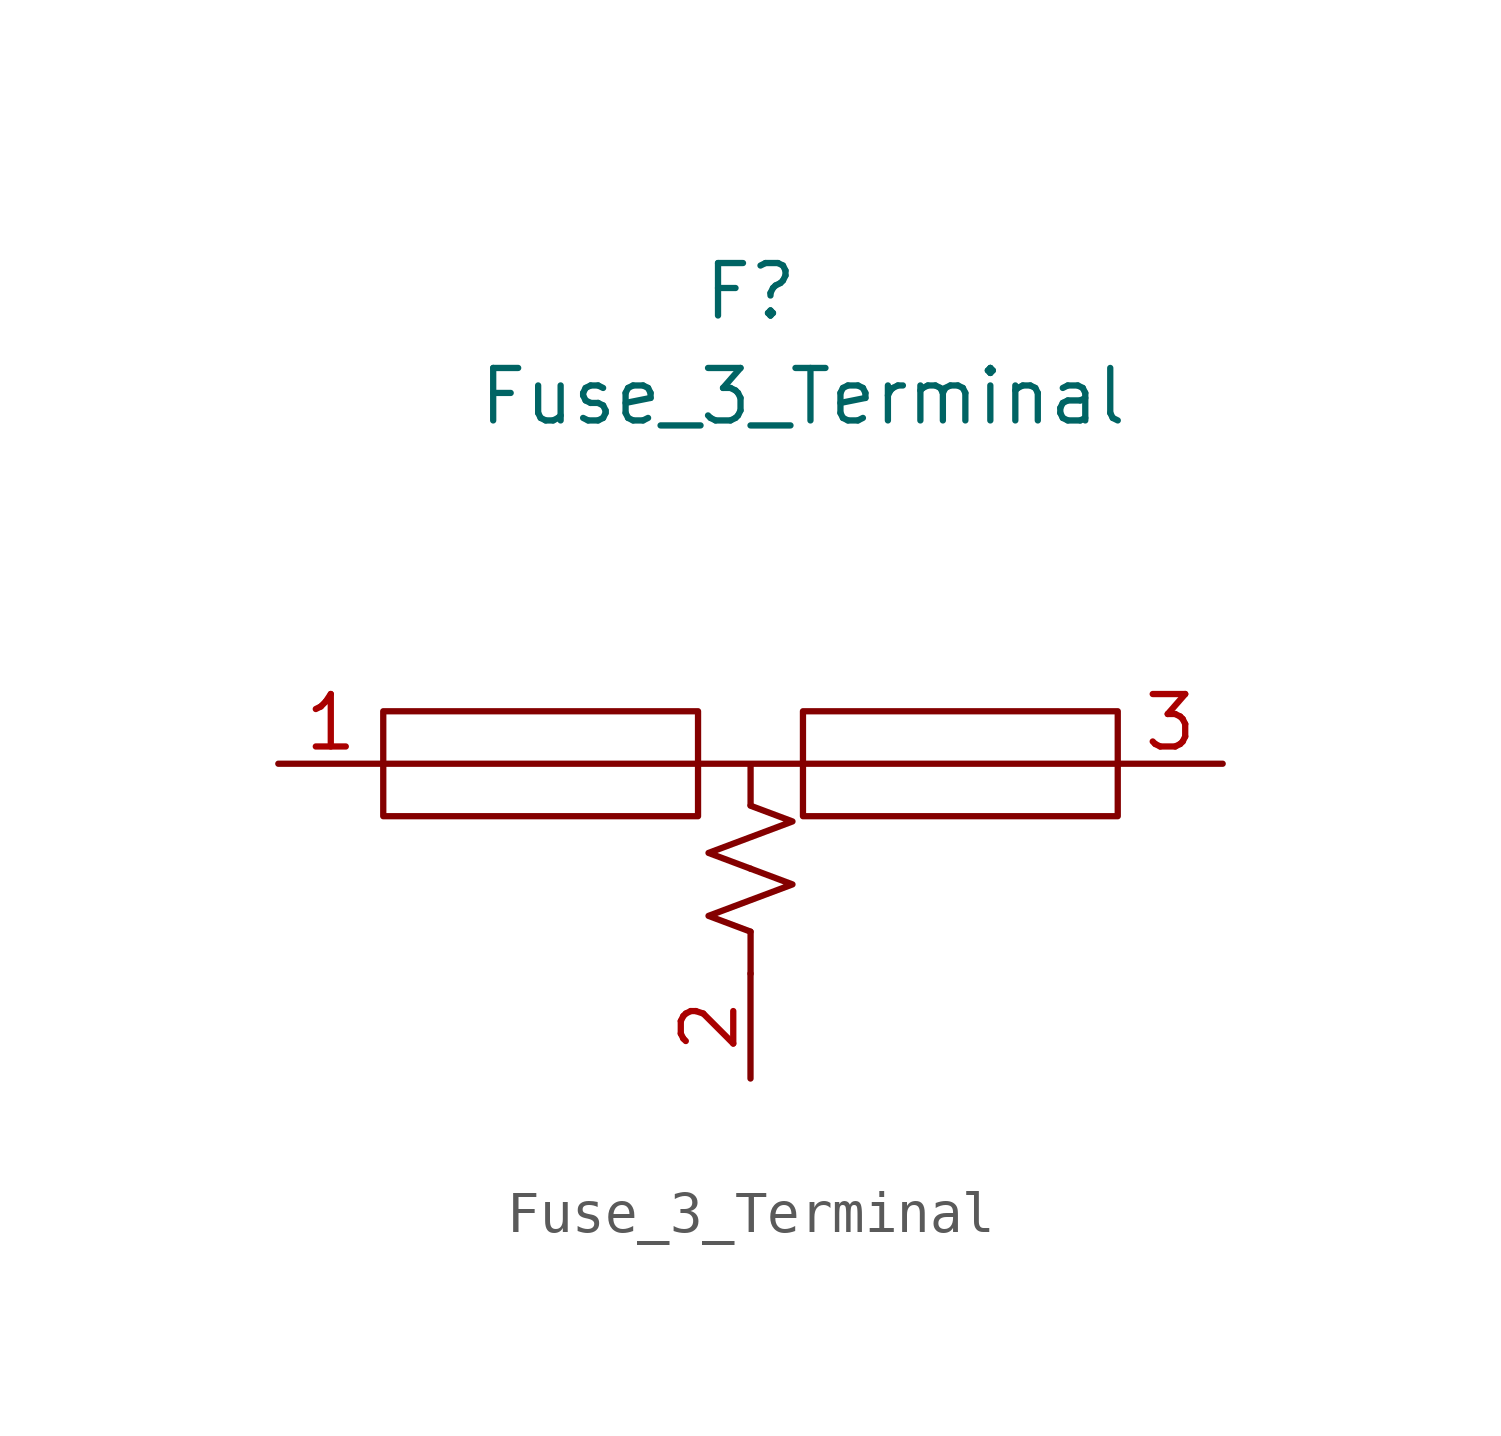
<source format=kicad_sym>
(kicad_symbol_lib
  (version 20211014)
  (generator kicad_symbol_editor)
  (symbol "Fuse_3_Terminal"
    (property "Reference" "F"
      (at 0 11.43 0)
      (effects (font (size 1.27 1.27))))
    (property "Value" "Fuse_3_Terminal"
      (at 1.27 8.89 0)
      (effects (font (size 1.27 1.27))))
    (symbol "Fuse_3_Terminal_0_0"
      (rectangle (start -8.89 1.27) (end -1.27 -1.27) (stroke (width 0) (type default) (color 0 0 0 0)) (fill (type none)))
      (polyline (pts (xy 0.002 -1) (xy 0.002 -0.009)) (stroke (width 0) (type default) (color 0 0 0 0)) (fill (type none)))
      (polyline (pts (xy 0.002 -4.067) (xy 0.002 -5.083)) (stroke (width 0) (type default) (color 0 0 0 0)) (fill (type none)))
      (polyline (pts (xy -8.89 0) (xy 8.89 0) (xy 0 0) (xy 0 0)) (stroke (width 0) (type default) (color 0 0 0 0)) (fill (type none)))
      (rectangle (start 1.27 1.27) (end 8.89 -1.27) (stroke (width 0) (type default) (color 0 0 0 0)) (fill (type none))))
    (symbol "Fuse_3_Terminal_1_1"
      (polyline (pts (xy 0 -2.54) (xy 1.016 -2.921) (xy 0 -3.302) (xy -1.016 -3.683) (xy 0 -4.064)) (stroke (width 0) (type default) (color 0 0 0 0)) (fill (type none)))
      (polyline (pts (xy 0 -1.016) (xy 1.016 -1.397) (xy 0 -1.778) (xy -1.016 -2.159) (xy 0 -2.54)) (stroke (width 0) (type default) (color 0 0 0 0)) (fill (type none)))
      (pin input line (at -11.43 0 0) (length 2.54) (name "" (effects (font (size 1.27 1.27)))) (number "1" (effects (font (size 1.27 1.27)))))
      (pin input line (at 0 -7.62 90) (length 2.54) (name "" (effects (font (size 1.27 1.27)))) (number "2" (effects (font (size 1.27 1.27)))))
      (pin input line (at 11.43 0 180) (length 2.54) (name "" (effects (font (size 1.27 1.27)))) (number "3" (effects (font (size 1.27 1.27))))))))
</source>
